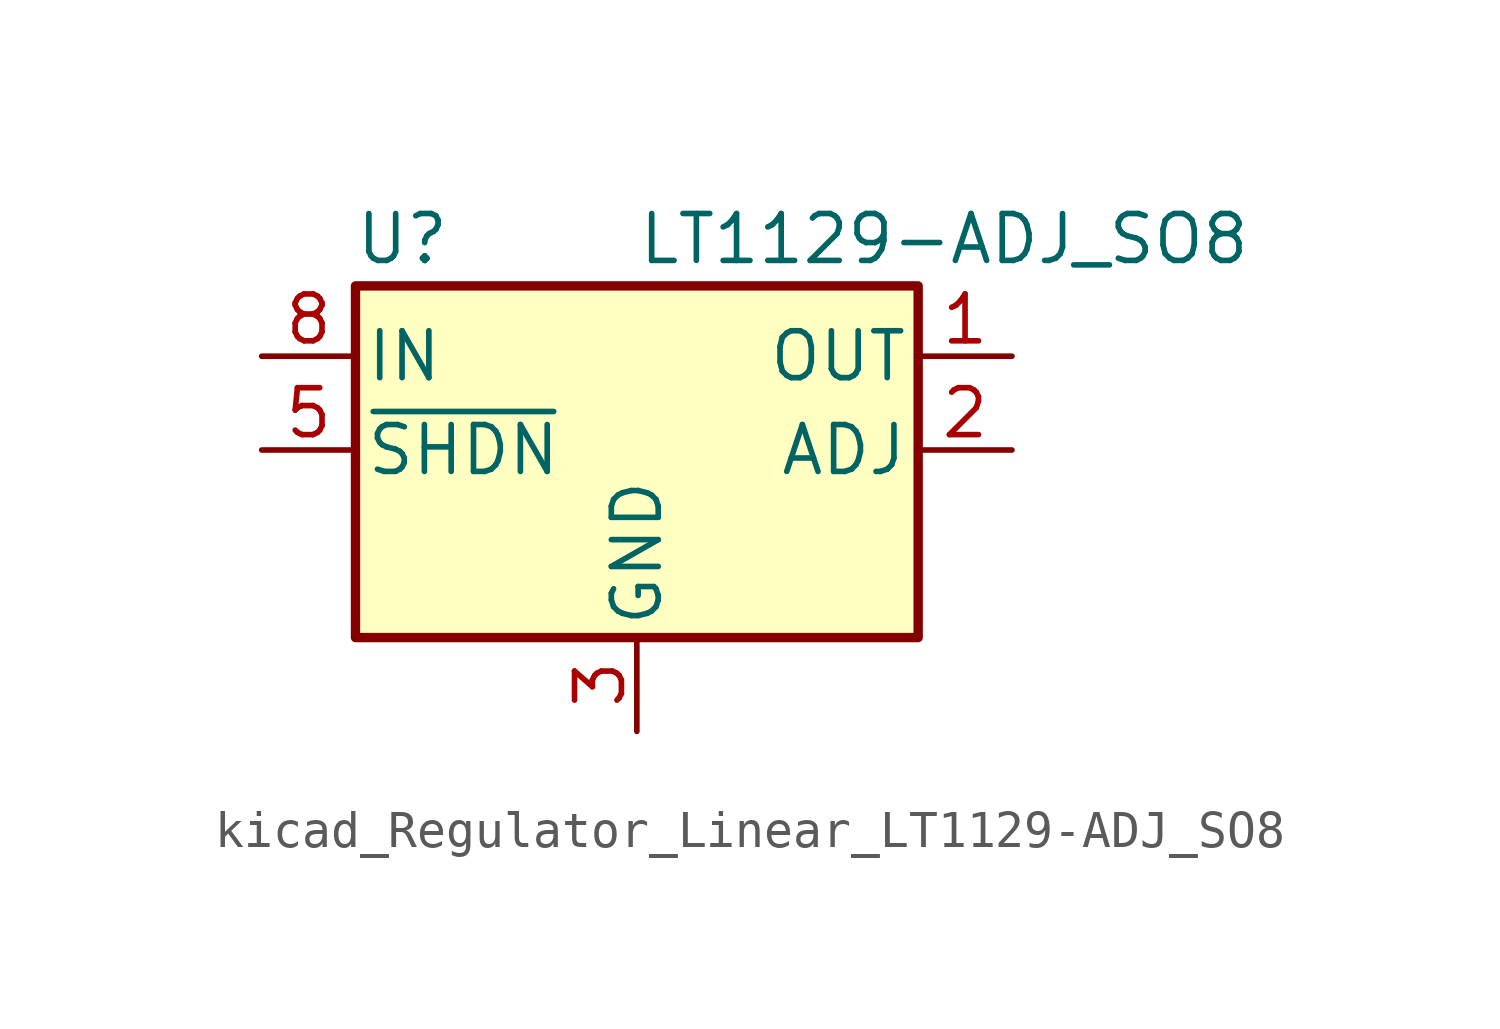
<source format=kicad_sym>
(kicad_symbol_lib
  (version 20220914)
  (generator kicad_symbol_editor)
  (symbol "kicad_Regulator_Linear_LT1129-ADJ_SO8"
    (pin_names
      (offset 0.254))
    (property "Reference" "U"
      (at -6.35 5.715 0)
      (effects (font (size 1.27 1.27))))
    (property "Value" "LT1129-ADJ_SO8"
      (at 0 5.715 0)
      (effects (font (size 1.27 1.27)) (justify left)))
    (symbol "kicad_Regulator_Linear_LT1129-ADJ_SO8_0_1"
      (rectangle (start -7.62 -5.08) (end 7.62 4.445) (stroke (width 0.254) (type default)) (fill (type background))))
    (symbol "kicad_Regulator_Linear_LT1129-ADJ_SO8_1_1"
      (pin power_out line (at 10.16 2.54 180) (length 2.54) (name "OUT" (effects (font (size 1.27 1.27)))) (number "1" (effects (font (size 1.27 1.27)))))
      (pin input line (at 10.16 0 180) (length 2.54) (name "ADJ" (effects (font (size 1.27 1.27)))) (number "2" (effects (font (size 1.27 1.27)))))
      (pin power_in line (at 0 -7.62 90) (length 2.54) (name "GND" (effects (font (size 1.27 1.27)))) (number "3" (effects (font (size 1.27 1.27)))))
      (pin no_connect line (at 7.62 -2.54 180) (length 2.54) hide (name "NC" (effects (font (size 1.27 1.27)))) (number "4" (effects (font (size 1.27 1.27)))))
      (pin input line (at -10.16 0 0) (length 2.54) (name "~{SHDN}" (effects (font (size 1.27 1.27)))) (number "5" (effects (font (size 1.27 1.27)))))
      (pin passive line (at 0 -7.62 90) (length 2.54) hide (name "GND" (effects (font (size 1.27 1.27)))) (number "6" (effects (font (size 1.27 1.27)))))
      (pin passive line (at 0 -7.62 90) (length 2.54) hide (name "GND" (effects (font (size 1.27 1.27)))) (number "7" (effects (font (size 1.27 1.27)))))
      (pin power_in line (at -10.16 2.54 0) (length 2.54) (name "IN" (effects (font (size 1.27 1.27)))) (number "8" (effects (font (size 1.27 1.27))))))))
</source>
